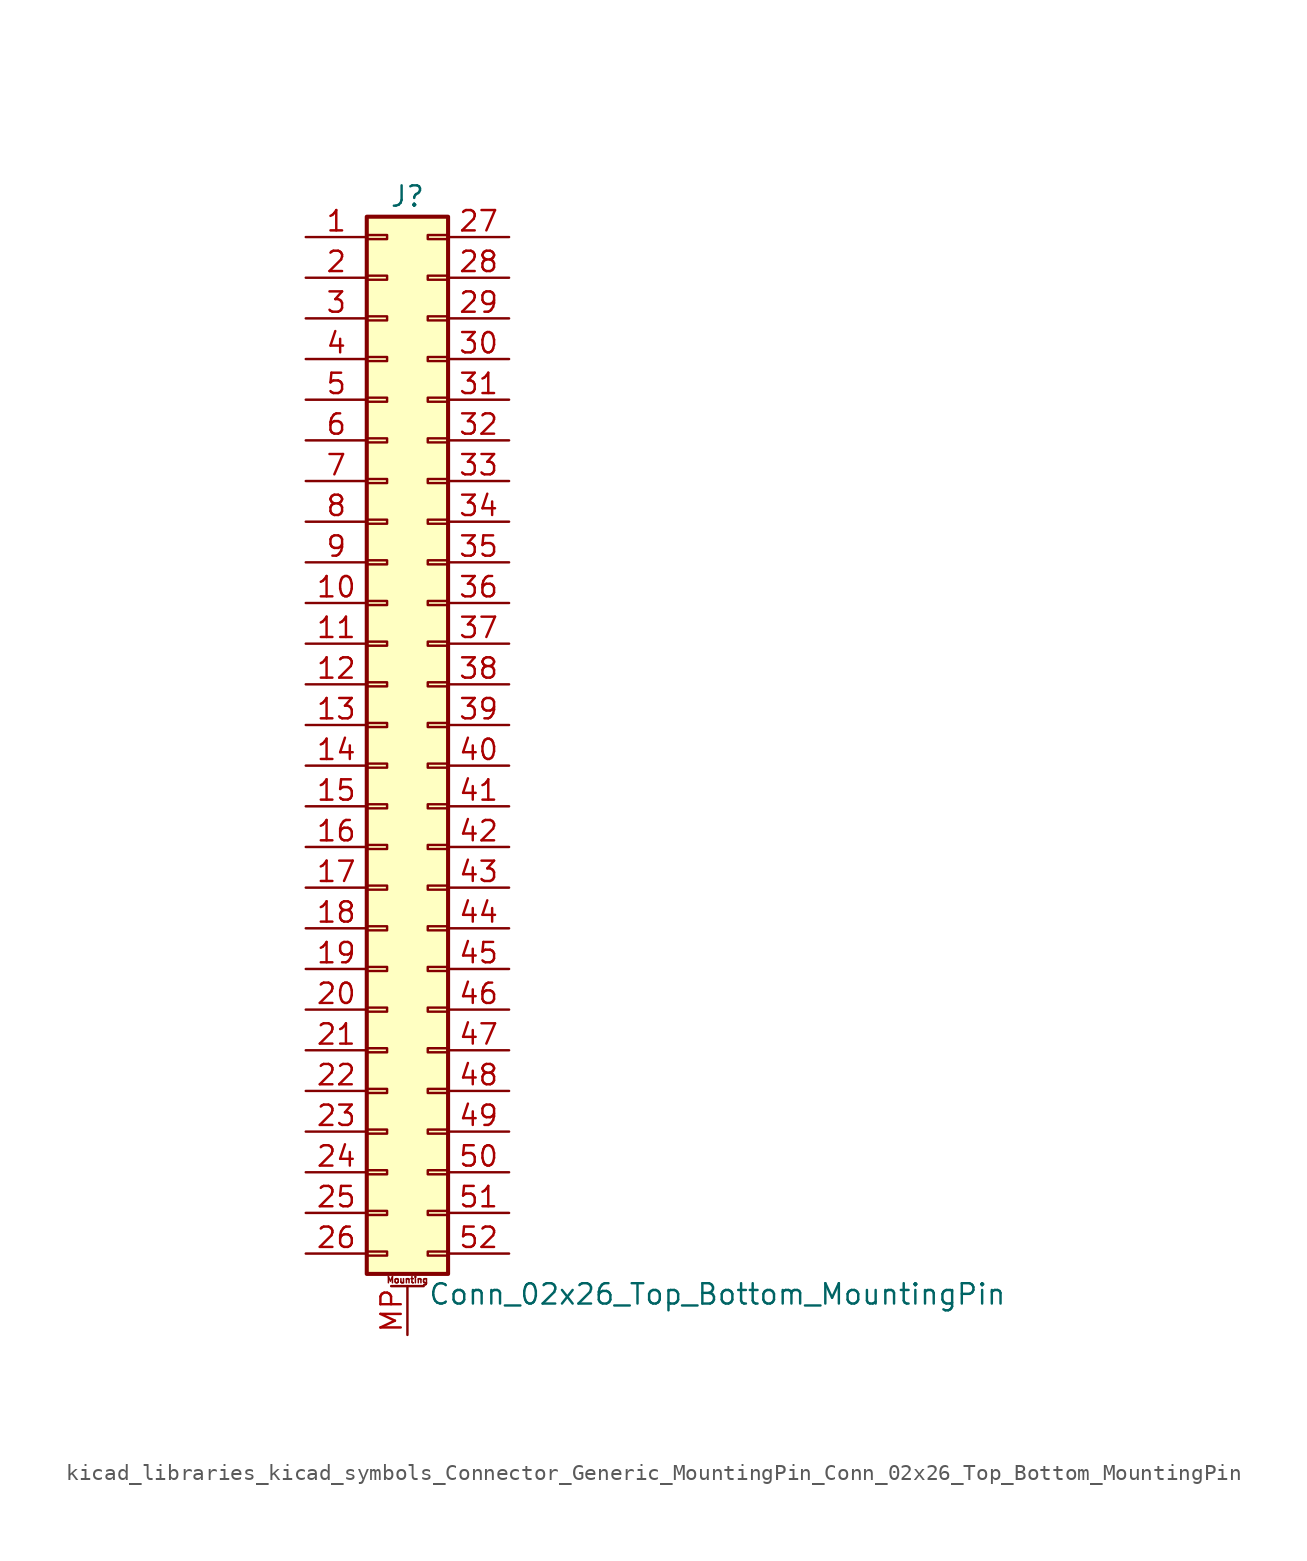
<source format=kicad_sym>
(kicad_symbol_lib
  (version 20220914)
  (generator kicad_symbol_editor)
  (symbol "kicad_libraries_kicad_symbols_Connector_Generic_MountingPin_Conn_02x26_Top_Bottom_MountingPin"
    (pin_names
      (offset 1.016) hide)
    (property "Reference" "J"
      (at 1.27 33.02 0)
      (effects (font (size 1.27 1.27))))
    (property "Value" "Conn_02x26_Top_Bottom_MountingPin"
      (at 2.54 -35.56 0)
      (effects (font (size 1.27 1.27)) (justify left)))
    (symbol "kicad_libraries_kicad_symbols_Connector_Generic_MountingPin_Conn_02x26_Top_Bottom_MountingPin_1_1"
      (rectangle (start -1.27 -32.893) (end 0 -33.147) (stroke (width 0.152) (type default)) (fill (type none)))
      (rectangle (start -1.27 -30.353) (end 0 -30.607) (stroke (width 0.152) (type default)) (fill (type none)))
      (rectangle (start -1.27 -27.813) (end 0 -28.067) (stroke (width 0.152) (type default)) (fill (type none)))
      (rectangle (start -1.27 -25.273) (end 0 -25.527) (stroke (width 0.152) (type default)) (fill (type none)))
      (rectangle (start -1.27 -22.733) (end 0 -22.987) (stroke (width 0.152) (type default)) (fill (type none)))
      (rectangle (start -1.27 -20.193) (end 0 -20.447) (stroke (width 0.152) (type default)) (fill (type none)))
      (rectangle (start -1.27 -17.653) (end 0 -17.907) (stroke (width 0.152) (type default)) (fill (type none)))
      (rectangle (start -1.27 -15.113) (end 0 -15.367) (stroke (width 0.152) (type default)) (fill (type none)))
      (rectangle (start -1.27 -12.573) (end 0 -12.827) (stroke (width 0.152) (type default)) (fill (type none)))
      (rectangle (start -1.27 -10.033) (end 0 -10.287) (stroke (width 0.152) (type default)) (fill (type none)))
      (rectangle (start -1.27 -7.493) (end 0 -7.747) (stroke (width 0.152) (type default)) (fill (type none)))
      (rectangle (start -1.27 -4.953) (end 0 -5.207) (stroke (width 0.152) (type default)) (fill (type none)))
      (rectangle (start -1.27 -2.413) (end 0 -2.667) (stroke (width 0.152) (type default)) (fill (type none)))
      (rectangle (start -1.27 0.127) (end 0 -0.127) (stroke (width 0.152) (type default)) (fill (type none)))
      (rectangle (start -1.27 2.667) (end 0 2.413) (stroke (width 0.152) (type default)) (fill (type none)))
      (rectangle (start -1.27 5.207) (end 0 4.953) (stroke (width 0.152) (type default)) (fill (type none)))
      (rectangle (start -1.27 7.747) (end 0 7.493) (stroke (width 0.152) (type default)) (fill (type none)))
      (rectangle (start -1.27 10.287) (end 0 10.033) (stroke (width 0.152) (type default)) (fill (type none)))
      (rectangle (start -1.27 12.827) (end 0 12.573) (stroke (width 0.152) (type default)) (fill (type none)))
      (rectangle (start -1.27 15.367) (end 0 15.113) (stroke (width 0.152) (type default)) (fill (type none)))
      (rectangle (start -1.27 17.907) (end 0 17.653) (stroke (width 0.152) (type default)) (fill (type none)))
      (rectangle (start -1.27 20.447) (end 0 20.193) (stroke (width 0.152) (type default)) (fill (type none)))
      (rectangle (start -1.27 22.987) (end 0 22.733) (stroke (width 0.152) (type default)) (fill (type none)))
      (rectangle (start -1.27 25.527) (end 0 25.273) (stroke (width 0.152) (type default)) (fill (type none)))
      (rectangle (start -1.27 28.067) (end 0 27.813) (stroke (width 0.152) (type default)) (fill (type none)))
      (rectangle (start -1.27 30.607) (end 0 30.353) (stroke (width 0.152) (type default)) (fill (type none)))
      (rectangle (start -1.27 31.75) (end 3.81 -34.29) (stroke (width 0.254) (type default)) (fill (type background)))
      (polyline (pts (xy 0.254 -35.052) (xy 2.286 -35.052)) (stroke (width 0.152) (type default)) (fill (type none)))
      (rectangle (start 3.81 -32.893) (end 2.54 -33.147) (stroke (width 0.152) (type default)) (fill (type none)))
      (rectangle (start 3.81 -30.353) (end 2.54 -30.607) (stroke (width 0.152) (type default)) (fill (type none)))
      (rectangle (start 3.81 -27.813) (end 2.54 -28.067) (stroke (width 0.152) (type default)) (fill (type none)))
      (rectangle (start 3.81 -25.273) (end 2.54 -25.527) (stroke (width 0.152) (type default)) (fill (type none)))
      (rectangle (start 3.81 -22.733) (end 2.54 -22.987) (stroke (width 0.152) (type default)) (fill (type none)))
      (rectangle (start 3.81 -20.193) (end 2.54 -20.447) (stroke (width 0.152) (type default)) (fill (type none)))
      (rectangle (start 3.81 -17.653) (end 2.54 -17.907) (stroke (width 0.152) (type default)) (fill (type none)))
      (rectangle (start 3.81 -15.113) (end 2.54 -15.367) (stroke (width 0.152) (type default)) (fill (type none)))
      (rectangle (start 3.81 -12.573) (end 2.54 -12.827) (stroke (width 0.152) (type default)) (fill (type none)))
      (rectangle (start 3.81 -10.033) (end 2.54 -10.287) (stroke (width 0.152) (type default)) (fill (type none)))
      (rectangle (start 3.81 -7.493) (end 2.54 -7.747) (stroke (width 0.152) (type default)) (fill (type none)))
      (rectangle (start 3.81 -4.953) (end 2.54 -5.207) (stroke (width 0.152) (type default)) (fill (type none)))
      (rectangle (start 3.81 -2.413) (end 2.54 -2.667) (stroke (width 0.152) (type default)) (fill (type none)))
      (rectangle (start 3.81 0.127) (end 2.54 -0.127) (stroke (width 0.152) (type default)) (fill (type none)))
      (rectangle (start 3.81 2.667) (end 2.54 2.413) (stroke (width 0.152) (type default)) (fill (type none)))
      (rectangle (start 3.81 5.207) (end 2.54 4.953) (stroke (width 0.152) (type default)) (fill (type none)))
      (rectangle (start 3.81 7.747) (end 2.54 7.493) (stroke (width 0.152) (type default)) (fill (type none)))
      (rectangle (start 3.81 10.287) (end 2.54 10.033) (stroke (width 0.152) (type default)) (fill (type none)))
      (rectangle (start 3.81 12.827) (end 2.54 12.573) (stroke (width 0.152) (type default)) (fill (type none)))
      (rectangle (start 3.81 15.367) (end 2.54 15.113) (stroke (width 0.152) (type default)) (fill (type none)))
      (rectangle (start 3.81 17.907) (end 2.54 17.653) (stroke (width 0.152) (type default)) (fill (type none)))
      (rectangle (start 3.81 20.447) (end 2.54 20.193) (stroke (width 0.152) (type default)) (fill (type none)))
      (rectangle (start 3.81 22.987) (end 2.54 22.733) (stroke (width 0.152) (type default)) (fill (type none)))
      (rectangle (start 3.81 25.527) (end 2.54 25.273) (stroke (width 0.152) (type default)) (fill (type none)))
      (rectangle (start 3.81 28.067) (end 2.54 27.813) (stroke (width 0.152) (type default)) (fill (type none)))
      (rectangle (start 3.81 30.607) (end 2.54 30.353) (stroke (width 0.152) (type default)) (fill (type none)))
      (text "Mounting" (at 1.27 -34.671 0) (effects (font (size 0.381 0.381))))
      (pin passive line (at -5.08 30.48 0) (length 3.81) (name "Pin_1" (effects (font (size 1.27 1.27)))) (number "1" (effects (font (size 1.27 1.27)))))
      (pin passive line (at -5.08 7.62 0) (length 3.81) (name "Pin_10" (effects (font (size 1.27 1.27)))) (number "10" (effects (font (size 1.27 1.27)))))
      (pin passive line (at -5.08 5.08 0) (length 3.81) (name "Pin_11" (effects (font (size 1.27 1.27)))) (number "11" (effects (font (size 1.27 1.27)))))
      (pin passive line (at -5.08 2.54 0) (length 3.81) (name "Pin_12" (effects (font (size 1.27 1.27)))) (number "12" (effects (font (size 1.27 1.27)))))
      (pin passive line (at -5.08 0 0) (length 3.81) (name "Pin_13" (effects (font (size 1.27 1.27)))) (number "13" (effects (font (size 1.27 1.27)))))
      (pin passive line (at -5.08 -2.54 0) (length 3.81) (name "Pin_14" (effects (font (size 1.27 1.27)))) (number "14" (effects (font (size 1.27 1.27)))))
      (pin passive line (at -5.08 -5.08 0) (length 3.81) (name "Pin_15" (effects (font (size 1.27 1.27)))) (number "15" (effects (font (size 1.27 1.27)))))
      (pin passive line (at -5.08 -7.62 0) (length 3.81) (name "Pin_16" (effects (font (size 1.27 1.27)))) (number "16" (effects (font (size 1.27 1.27)))))
      (pin passive line (at -5.08 -10.16 0) (length 3.81) (name "Pin_17" (effects (font (size 1.27 1.27)))) (number "17" (effects (font (size 1.27 1.27)))))
      (pin passive line (at -5.08 -12.7 0) (length 3.81) (name "Pin_18" (effects (font (size 1.27 1.27)))) (number "18" (effects (font (size 1.27 1.27)))))
      (pin passive line (at -5.08 -15.24 0) (length 3.81) (name "Pin_19" (effects (font (size 1.27 1.27)))) (number "19" (effects (font (size 1.27 1.27)))))
      (pin passive line (at -5.08 27.94 0) (length 3.81) (name "Pin_2" (effects (font (size 1.27 1.27)))) (number "2" (effects (font (size 1.27 1.27)))))
      (pin passive line (at -5.08 -17.78 0) (length 3.81) (name "Pin_20" (effects (font (size 1.27 1.27)))) (number "20" (effects (font (size 1.27 1.27)))))
      (pin passive line (at -5.08 -20.32 0) (length 3.81) (name "Pin_21" (effects (font (size 1.27 1.27)))) (number "21" (effects (font (size 1.27 1.27)))))
      (pin passive line (at -5.08 -22.86 0) (length 3.81) (name "Pin_22" (effects (font (size 1.27 1.27)))) (number "22" (effects (font (size 1.27 1.27)))))
      (pin passive line (at -5.08 -25.4 0) (length 3.81) (name "Pin_23" (effects (font (size 1.27 1.27)))) (number "23" (effects (font (size 1.27 1.27)))))
      (pin passive line (at -5.08 -27.94 0) (length 3.81) (name "Pin_24" (effects (font (size 1.27 1.27)))) (number "24" (effects (font (size 1.27 1.27)))))
      (pin passive line (at -5.08 -30.48 0) (length 3.81) (name "Pin_25" (effects (font (size 1.27 1.27)))) (number "25" (effects (font (size 1.27 1.27)))))
      (pin passive line (at -5.08 -33.02 0) (length 3.81) (name "Pin_26" (effects (font (size 1.27 1.27)))) (number "26" (effects (font (size 1.27 1.27)))))
      (pin passive line (at 7.62 30.48 180) (length 3.81) (name "Pin_27" (effects (font (size 1.27 1.27)))) (number "27" (effects (font (size 1.27 1.27)))))
      (pin passive line (at 7.62 27.94 180) (length 3.81) (name "Pin_28" (effects (font (size 1.27 1.27)))) (number "28" (effects (font (size 1.27 1.27)))))
      (pin passive line (at 7.62 25.4 180) (length 3.81) (name "Pin_29" (effects (font (size 1.27 1.27)))) (number "29" (effects (font (size 1.27 1.27)))))
      (pin passive line (at -5.08 25.4 0) (length 3.81) (name "Pin_3" (effects (font (size 1.27 1.27)))) (number "3" (effects (font (size 1.27 1.27)))))
      (pin passive line (at 7.62 22.86 180) (length 3.81) (name "Pin_30" (effects (font (size 1.27 1.27)))) (number "30" (effects (font (size 1.27 1.27)))))
      (pin passive line (at 7.62 20.32 180) (length 3.81) (name "Pin_31" (effects (font (size 1.27 1.27)))) (number "31" (effects (font (size 1.27 1.27)))))
      (pin passive line (at 7.62 17.78 180) (length 3.81) (name "Pin_32" (effects (font (size 1.27 1.27)))) (number "32" (effects (font (size 1.27 1.27)))))
      (pin passive line (at 7.62 15.24 180) (length 3.81) (name "Pin_33" (effects (font (size 1.27 1.27)))) (number "33" (effects (font (size 1.27 1.27)))))
      (pin passive line (at 7.62 12.7 180) (length 3.81) (name "Pin_34" (effects (font (size 1.27 1.27)))) (number "34" (effects (font (size 1.27 1.27)))))
      (pin passive line (at 7.62 10.16 180) (length 3.81) (name "Pin_35" (effects (font (size 1.27 1.27)))) (number "35" (effects (font (size 1.27 1.27)))))
      (pin passive line (at 7.62 7.62 180) (length 3.81) (name "Pin_36" (effects (font (size 1.27 1.27)))) (number "36" (effects (font (size 1.27 1.27)))))
      (pin passive line (at 7.62 5.08 180) (length 3.81) (name "Pin_37" (effects (font (size 1.27 1.27)))) (number "37" (effects (font (size 1.27 1.27)))))
      (pin passive line (at 7.62 2.54 180) (length 3.81) (name "Pin_38" (effects (font (size 1.27 1.27)))) (number "38" (effects (font (size 1.27 1.27)))))
      (pin passive line (at 7.62 0 180) (length 3.81) (name "Pin_39" (effects (font (size 1.27 1.27)))) (number "39" (effects (font (size 1.27 1.27)))))
      (pin passive line (at -5.08 22.86 0) (length 3.81) (name "Pin_4" (effects (font (size 1.27 1.27)))) (number "4" (effects (font (size 1.27 1.27)))))
      (pin passive line (at 7.62 -2.54 180) (length 3.81) (name "Pin_40" (effects (font (size 1.27 1.27)))) (number "40" (effects (font (size 1.27 1.27)))))
      (pin passive line (at 7.62 -5.08 180) (length 3.81) (name "Pin_41" (effects (font (size 1.27 1.27)))) (number "41" (effects (font (size 1.27 1.27)))))
      (pin passive line (at 7.62 -7.62 180) (length 3.81) (name "Pin_42" (effects (font (size 1.27 1.27)))) (number "42" (effects (font (size 1.27 1.27)))))
      (pin passive line (at 7.62 -10.16 180) (length 3.81) (name "Pin_43" (effects (font (size 1.27 1.27)))) (number "43" (effects (font (size 1.27 1.27)))))
      (pin passive line (at 7.62 -12.7 180) (length 3.81) (name "Pin_44" (effects (font (size 1.27 1.27)))) (number "44" (effects (font (size 1.27 1.27)))))
      (pin passive line (at 7.62 -15.24 180) (length 3.81) (name "Pin_45" (effects (font (size 1.27 1.27)))) (number "45" (effects (font (size 1.27 1.27)))))
      (pin passive line (at 7.62 -17.78 180) (length 3.81) (name "Pin_46" (effects (font (size 1.27 1.27)))) (number "46" (effects (font (size 1.27 1.27)))))
      (pin passive line (at 7.62 -20.32 180) (length 3.81) (name "Pin_47" (effects (font (size 1.27 1.27)))) (number "47" (effects (font (size 1.27 1.27)))))
      (pin passive line (at 7.62 -22.86 180) (length 3.81) (name "Pin_48" (effects (font (size 1.27 1.27)))) (number "48" (effects (font (size 1.27 1.27)))))
      (pin passive line (at 7.62 -25.4 180) (length 3.81) (name "Pin_49" (effects (font (size 1.27 1.27)))) (number "49" (effects (font (size 1.27 1.27)))))
      (pin passive line (at -5.08 20.32 0) (length 3.81) (name "Pin_5" (effects (font (size 1.27 1.27)))) (number "5" (effects (font (size 1.27 1.27)))))
      (pin passive line (at 7.62 -27.94 180) (length 3.81) (name "Pin_50" (effects (font (size 1.27 1.27)))) (number "50" (effects (font (size 1.27 1.27)))))
      (pin passive line (at 7.62 -30.48 180) (length 3.81) (name "Pin_51" (effects (font (size 1.27 1.27)))) (number "51" (effects (font (size 1.27 1.27)))))
      (pin passive line (at 7.62 -33.02 180) (length 3.81) (name "Pin_52" (effects (font (size 1.27 1.27)))) (number "52" (effects (font (size 1.27 1.27)))))
      (pin passive line (at -5.08 17.78 0) (length 3.81) (name "Pin_6" (effects (font (size 1.27 1.27)))) (number "6" (effects (font (size 1.27 1.27)))))
      (pin passive line (at -5.08 15.24 0) (length 3.81) (name "Pin_7" (effects (font (size 1.27 1.27)))) (number "7" (effects (font (size 1.27 1.27)))))
      (pin passive line (at -5.08 12.7 0) (length 3.81) (name "Pin_8" (effects (font (size 1.27 1.27)))) (number "8" (effects (font (size 1.27 1.27)))))
      (pin passive line (at -5.08 10.16 0) (length 3.81) (name "Pin_9" (effects (font (size 1.27 1.27)))) (number "9" (effects (font (size 1.27 1.27)))))
      (pin passive line (at 1.27 -38.1 90) (length 3.048) (name "MountPin" (effects (font (size 1.27 1.27)))) (number "MP" (effects (font (size 1.27 1.27))))))))
</source>
